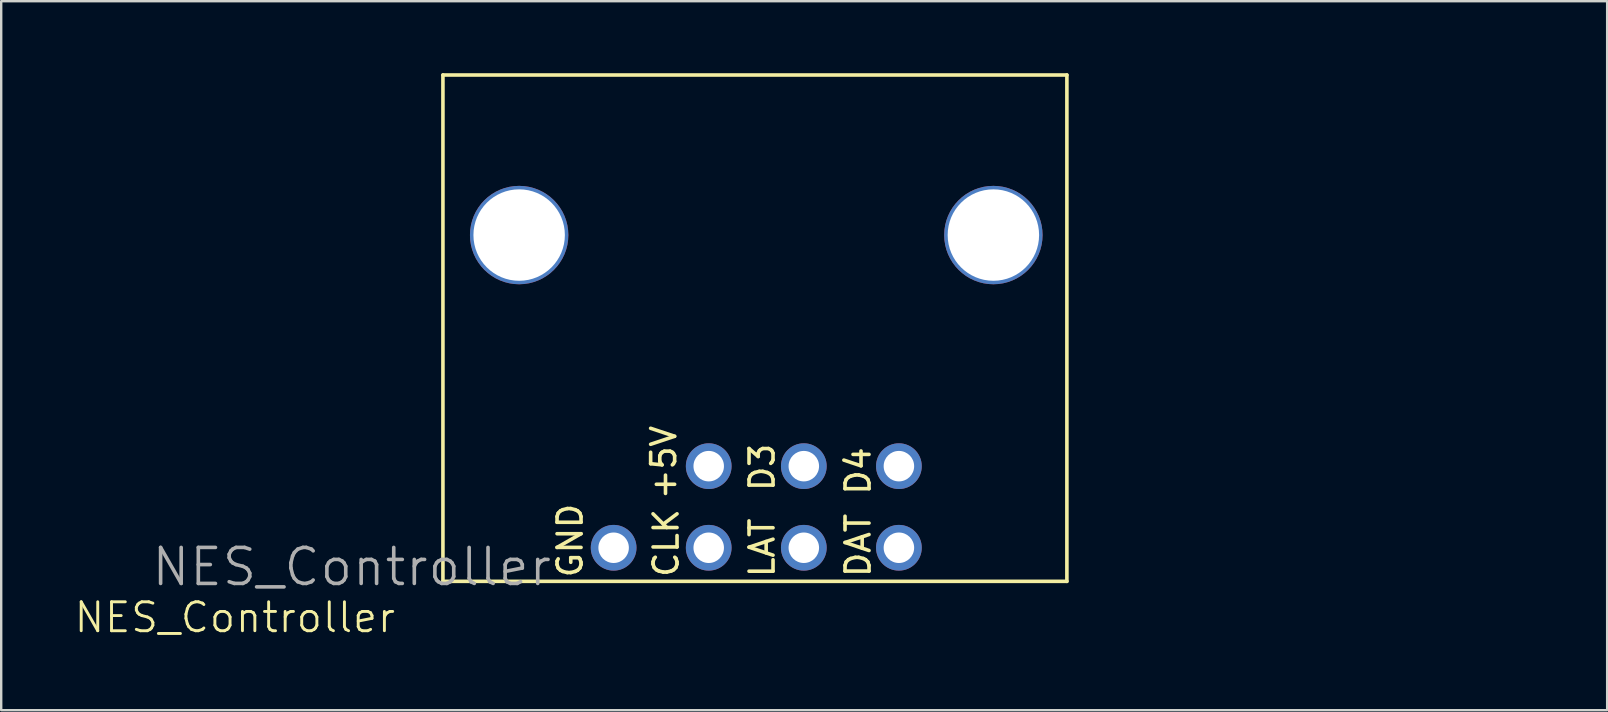
<source format=kicad_pcb>
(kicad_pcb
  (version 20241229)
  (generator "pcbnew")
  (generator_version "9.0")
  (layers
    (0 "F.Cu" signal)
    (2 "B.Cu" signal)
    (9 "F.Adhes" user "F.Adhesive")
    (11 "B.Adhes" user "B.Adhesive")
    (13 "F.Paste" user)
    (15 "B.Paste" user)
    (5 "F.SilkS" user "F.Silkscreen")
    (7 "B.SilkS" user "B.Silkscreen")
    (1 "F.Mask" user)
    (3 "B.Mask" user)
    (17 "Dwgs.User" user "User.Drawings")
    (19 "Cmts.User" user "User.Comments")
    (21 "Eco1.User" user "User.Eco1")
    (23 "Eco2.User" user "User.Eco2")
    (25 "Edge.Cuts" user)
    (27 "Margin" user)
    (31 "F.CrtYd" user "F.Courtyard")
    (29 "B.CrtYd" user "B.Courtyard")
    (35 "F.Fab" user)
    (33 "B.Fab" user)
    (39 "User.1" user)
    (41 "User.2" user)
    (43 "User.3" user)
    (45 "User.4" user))
  (footprint "NES_Controller"
    (layer "F.Cu")
    (at 34.407 19.775)
    (property "Reference" "NES_Controller" (at -20.9 2.2 180) (layer "F.SilkS") (effects (font (size 1.206 1.206) (thickness 0.121)) (justify right top)))
    (attr through_hole)
    (fp_line (start -19 -19.7) (end -19 1.4) (stroke (width 0.15) (type solid)) (layer "F.SilkS"))
    (fp_line (start -19 1.4) (end 7 1.4) (stroke (width 0.15) (type solid)) (layer "F.SilkS"))
    (fp_line (start 7 -19.7) (end -19 -19.7) (stroke (width 0.15) (type solid)) (layer "F.SilkS"))
    (fp_line (start 7 1.4) (end 7 -19.7) (stroke (width 0.15) (type solid)) (layer "F.SilkS"))
    (fp_text user "+5V" (at -9.8 -3.55 270) (layer "F.SilkS") (effects (font (size 1 1) (thickness 0.15))))
    (fp_text user "D4" (at -1.7 -3.2 90) (layer "F.SilkS") (effects (font (size 1 1) (thickness 0.15))))
    (fp_text user "D3" (at -5.7 -3.35 90) (layer "F.SilkS") (effects (font (size 1 1) (thickness 0.15))))
    (fp_text user "DAT" (at -1.7 -0.1 90) (layer "F.SilkS") (effects (font (size 1 1) (thickness 0.15))))
    (fp_text user "GND" (at -13.7 -0.3 270) (layer "F.SilkS") (effects (font (size 1 1) (thickness 0.15))))
    (fp_text user "LAT" (at -5.7 0 270) (layer "F.SilkS") (effects (font (size 1 1) (thickness 0.15))))
    (fp_text user "CLK" (at -9.7 -0.2 90) (layer "F.SilkS") (effects (font (size 1 1) (thickness 0.15))))
    (fp_text user "Copyright 2016 Accelerated Designs. All rights reserved." (at 23.774 0 0) (layer "Cmts.User") (effects (font (size 0.127 0.127) (thickness 0.002))))
    (fp_text user "${REFERENCE}" (at -22.8 0.8 0) (layer "F.Fab") (effects (font (size 1.5 1.5) (thickness 0.15))))
    (pad "" np_thru_hole circle (at -15.824 -13.03) (size 4.1 4.1) (drill 3.81) (layers "*.Cu" "*.Mask"))
    (pad "" np_thru_hole circle (at 3.937 -13.03) (size 4.1 4.1) (drill 3.81) (layers "*.Cu" "*.Mask"))
    (pad "1" thru_hole circle (at -11.887 0) (size 1.905 1.905) (drill 1.27) (layers "*.Cu" "*.Mask"))
    (pad "2" thru_hole circle (at -7.925 0) (size 1.905 1.905) (drill 1.27) (layers "*.Cu" "*.Mask"))
    (pad "3" thru_hole circle (at -3.962 0) (size 1.905 1.905) (drill 1.27) (layers "*.Cu" "*.Mask"))
    (pad "4" thru_hole circle (at 0 0) (size 1.905 1.905) (drill 1.27) (layers "*.Cu" "*.Mask"))
    (pad "5" thru_hole circle (at -7.925 -3.4) (size 1.905 1.905) (drill 1.27) (layers "*.Cu" "*.Mask"))
    (pad "6" thru_hole circle (at -3.962 -3.4) (size 1.905 1.905) (drill 1.27) (layers "*.Cu" "*.Mask"))
    (pad "7" thru_hole circle (at 0 -3.4) (size 1.905 1.905) (drill 1.27) (layers "*.Cu" "*.Mask")))
  (gr_rect
    (start -3 -3)
    (end 63.92 26.543)
    (stroke (width 0.1) (type default))
    (fill no)
    (layer "Edge.Cuts")))
</source>
